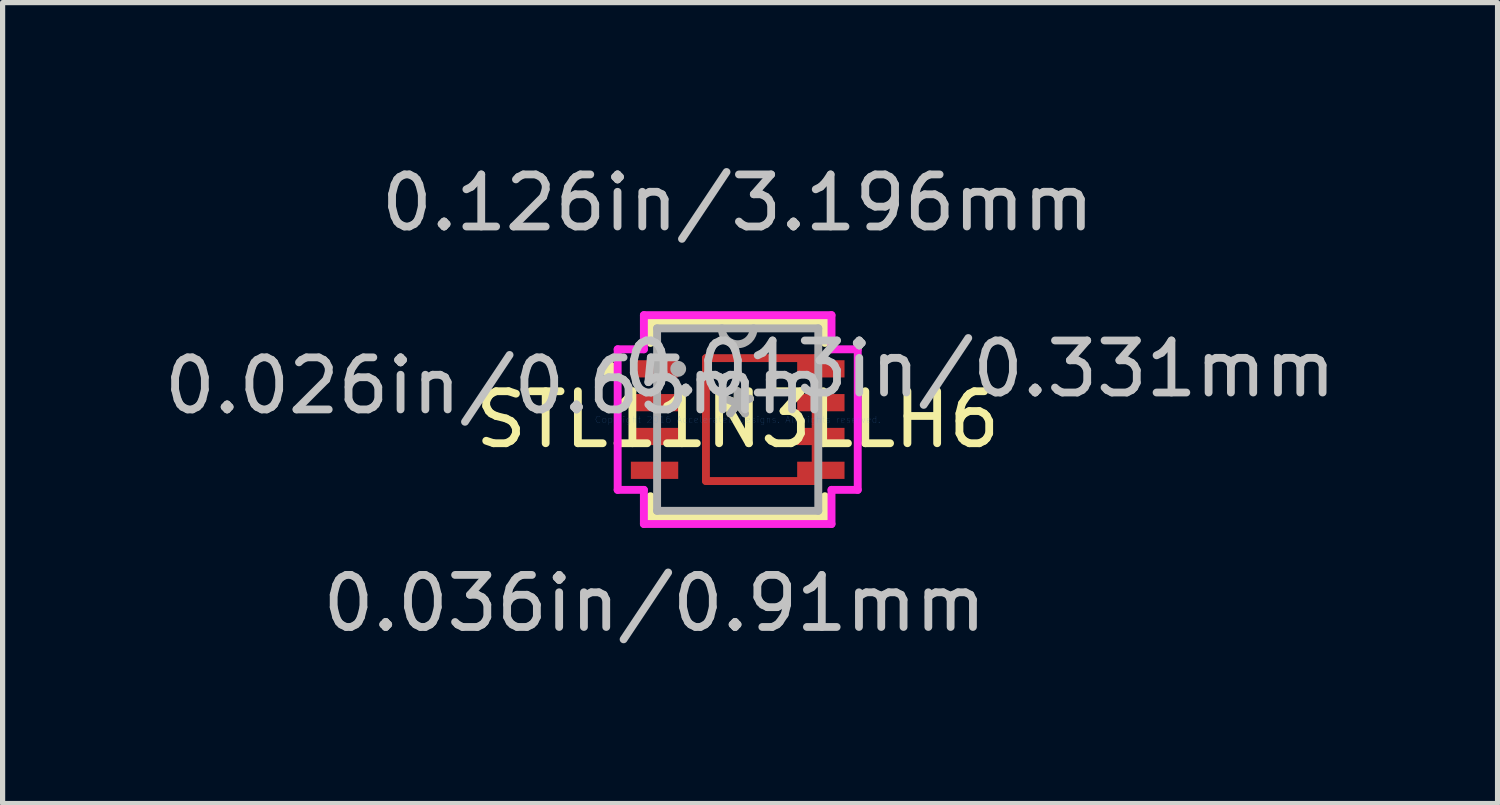
<source format=kicad_pcb>
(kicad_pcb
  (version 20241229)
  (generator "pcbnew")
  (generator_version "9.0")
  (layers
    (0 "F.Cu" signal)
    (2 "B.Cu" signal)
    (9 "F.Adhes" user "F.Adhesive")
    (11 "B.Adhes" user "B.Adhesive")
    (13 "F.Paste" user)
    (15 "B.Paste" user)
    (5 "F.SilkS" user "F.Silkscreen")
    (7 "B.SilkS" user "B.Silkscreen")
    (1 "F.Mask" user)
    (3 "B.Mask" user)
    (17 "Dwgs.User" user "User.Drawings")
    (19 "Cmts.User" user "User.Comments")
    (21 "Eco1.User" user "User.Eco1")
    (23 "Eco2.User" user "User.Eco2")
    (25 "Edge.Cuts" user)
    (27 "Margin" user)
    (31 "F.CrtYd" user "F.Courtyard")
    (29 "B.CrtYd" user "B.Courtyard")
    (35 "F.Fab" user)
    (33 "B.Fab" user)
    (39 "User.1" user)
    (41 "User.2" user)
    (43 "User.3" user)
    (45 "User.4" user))
  (footprint "STL11N3LLH6"
    (layer "F.Cu")
    (at 11.128 5.014)
    (property "Reference" "STL11N3LLH6" (at 0 0 0) (layer "F.SilkS") (effects (font (size 1 1) (thickness 0.15))))
    (attr through_hole)
    (fp_line (start -0.61 -1.181) (end -0.61 1.181) (stroke (width 0.152) (type solid)) (layer "F.Cu"))
    (fp_line (start -0.61 1.181) (end 1.499 1.181) (stroke (width 0.152) (type solid)) (layer "F.Cu"))
    (fp_line (start 1.499 -1.181) (end -0.61 -1.181) (stroke (width 0.152) (type solid)) (layer "F.Cu"))
    (fp_line (start 1.499 1.181) (end 1.499 -1.181) (stroke (width 0.152) (type solid)) (layer "F.Cu"))
    (fp_line (start -0.61 -1.181) (end -0.61 1.181) (stroke (width 0.152) (type solid)) (layer "F.Mask"))
    (fp_line (start -0.61 1.181) (end 1.499 1.181) (stroke (width 0.152) (type solid)) (layer "F.Mask"))
    (fp_line (start 1.499 -1.181) (end -0.61 -1.181) (stroke (width 0.152) (type solid)) (layer "F.Mask"))
    (fp_line (start 1.499 1.181) (end 1.499 -1.181) (stroke (width 0.152) (type solid)) (layer "F.Mask"))
    (fp_line (start -1.676 -1.88) (end -1.676 -1.473) (stroke (width 0.152) (type solid)) (layer "F.SilkS"))
    (fp_line (start -1.676 1.473) (end -1.676 1.88) (stroke (width 0.152) (type solid)) (layer "F.SilkS"))
    (fp_line (start -1.676 1.88) (end 1.676 1.88) (stroke (width 0.152) (type solid)) (layer "F.SilkS"))
    (fp_line (start 1.676 -1.88) (end -1.676 -1.88) (stroke (width 0.152) (type solid)) (layer "F.SilkS"))
    (fp_line (start 1.676 -1.473) (end 1.676 -1.88) (stroke (width 0.152) (type solid)) (layer "F.SilkS"))
    (fp_line (start 1.676 1.88) (end 1.676 1.473) (stroke (width 0.152) (type solid)) (layer "F.SilkS"))
    (fp_circle (center -2.479 -0.975) (end -2.403 -0.975) (stroke (width 0.152) (type solid)) (fill no) (layer "F.SilkS"))
    (fp_line (start -0.61 -1.181) (end -0.61 1.181) (stroke (width 0.152) (type solid)) (layer "F.Paste"))
    (fp_line (start -0.61 1.181) (end 1.499 1.181) (stroke (width 0.152) (type solid)) (layer "F.Paste"))
    (fp_line (start 1.499 -1.181) (end -0.61 -1.181) (stroke (width 0.152) (type solid)) (layer "F.Paste"))
    (fp_line (start 1.499 1.181) (end 1.499 -1.181) (stroke (width 0.152) (type solid)) (layer "F.Paste"))
    (fp_line (start -2.307 -1.351) (end -1.803 -1.351) (stroke (width 0.152) (type solid)) (layer "F.CrtYd"))
    (fp_line (start -2.307 1.351) (end -2.307 -1.351) (stroke (width 0.152) (type solid)) (layer "F.CrtYd"))
    (fp_line (start -1.803 -2.007) (end 1.803 -2.007) (stroke (width 0.152) (type solid)) (layer "F.CrtYd"))
    (fp_line (start -1.803 -1.351) (end -1.803 -2.007) (stroke (width 0.152) (type solid)) (layer "F.CrtYd"))
    (fp_line (start -1.803 1.351) (end -2.307 1.351) (stroke (width 0.152) (type solid)) (layer "F.CrtYd"))
    (fp_line (start -1.803 2.007) (end -1.803 1.351) (stroke (width 0.152) (type solid)) (layer "F.CrtYd"))
    (fp_line (start 1.803 -2.007) (end 1.803 -1.351) (stroke (width 0.152) (type solid)) (layer "F.CrtYd"))
    (fp_line (start 1.803 -1.351) (end 2.307 -1.351) (stroke (width 0.152) (type solid)) (layer "F.CrtYd"))
    (fp_line (start 1.803 1.351) (end 1.803 2.007) (stroke (width 0.152) (type solid)) (layer "F.CrtYd"))
    (fp_line (start 1.803 2.007) (end -1.803 2.007) (stroke (width 0.152) (type solid)) (layer "F.CrtYd"))
    (fp_line (start 2.307 -1.351) (end 2.307 1.351) (stroke (width 0.152) (type solid)) (layer "F.CrtYd"))
    (fp_line (start 2.307 1.351) (end 1.803 1.351) (stroke (width 0.152) (type solid)) (layer "F.CrtYd"))
    (fp_line (start -1.549 -1.753) (end -1.549 1.753) (stroke (width 0.152) (type solid)) (layer "F.Fab"))
    (fp_line (start -1.549 1.753) (end 1.549 1.753) (stroke (width 0.152) (type solid)) (layer "F.Fab"))
    (fp_line (start 1.549 -1.753) (end -1.549 -1.753) (stroke (width 0.152) (type solid)) (layer "F.Fab"))
    (fp_line (start 1.549 1.753) (end 1.549 -1.753) (stroke (width 0.152) (type solid)) (layer "F.Fab"))
    (fp_arc (start 0.3048 -1.7526) (mid 0 -1.4478) (end -0.3048 -1.7526) (stroke (width 0.1524) (type solid)) (layer "F.Fab"))
    (fp_circle (center -1.143 -0.975) (end -1.067 -0.975) (stroke (width 0.152) (type solid)) (fill no) (layer "F.Fab"))
    (fp_text user "*" (at 0 0 0) (layer "F.SilkS") (effects (font (size 1 1) (thickness 0.15))))
    (fp_text user "0.026in/0.65mm" (at -4.646 -0.65 0) (layer "Dwgs.User") (effects (font (size 1 1) (thickness 0.15))))
    (fp_text user "0.013in/0.331mm" (at 4.646 -0.975 0) (layer "Dwgs.User") (effects (font (size 1 1) (thickness 0.15))))
    (fp_text user "0.126in/3.196mm" (at 0 -4.166 0) (layer "Dwgs.User") (effects (font (size 1 1) (thickness 0.15))))
    (fp_text user "0.036in/0.91mm" (at -1.598 3.531 0) (layer "Dwgs.User") (effects (font (size 1 1) (thickness 0.15))))
    (fp_text user "Copyright 2016 Accelerated Designs. All rights reserved." (at 0 0 0) (layer "Cmts.User") (effects (font (size 0.127 0.127) (thickness 0.002))))
    (fp_text user "*" (at 0 0 0) (layer "F.Fab") (effects (font (size 1 1) (thickness 0.15))))
    (pad "1" smd rect (at -1.598 -0.975) (size 0.91 0.331) (layers "F.Cu" "F.Mask" "F.Paste"))
    (pad "2" smd rect (at -1.598 -0.325) (size 0.91 0.331) (layers "F.Cu" "F.Mask" "F.Paste"))
    (pad "3" smd rect (at -1.598 0.325) (size 0.91 0.331) (layers "F.Cu" "F.Mask" "F.Paste"))
    (pad "4" smd rect (at -1.598 0.975) (size 0.91 0.331) (layers "F.Cu" "F.Mask" "F.Paste"))
    (pad "5" smd rect (at 1.598 0.975) (size 0.91 0.331) (layers "F.Cu" "F.Mask" "F.Paste"))
    (pad "6" smd rect (at 1.598 0.325) (size 0.91 0.331) (layers "F.Cu" "F.Mask" "F.Paste"))
    (pad "7" smd rect (at 1.598 -0.325) (size 0.91 0.331) (layers "F.Cu" "F.Mask" "F.Paste"))
    (pad "8" smd rect (at 1.598 -0.975) (size 0.91 0.331) (layers "F.Cu" "F.Mask" "F.Paste")))
  (gr_rect
    (start -3 -3)
    (end 25.732 12.393)
    (stroke (width 0.1) (type default))
    (fill no)
    (layer "Edge.Cuts")))
</source>
